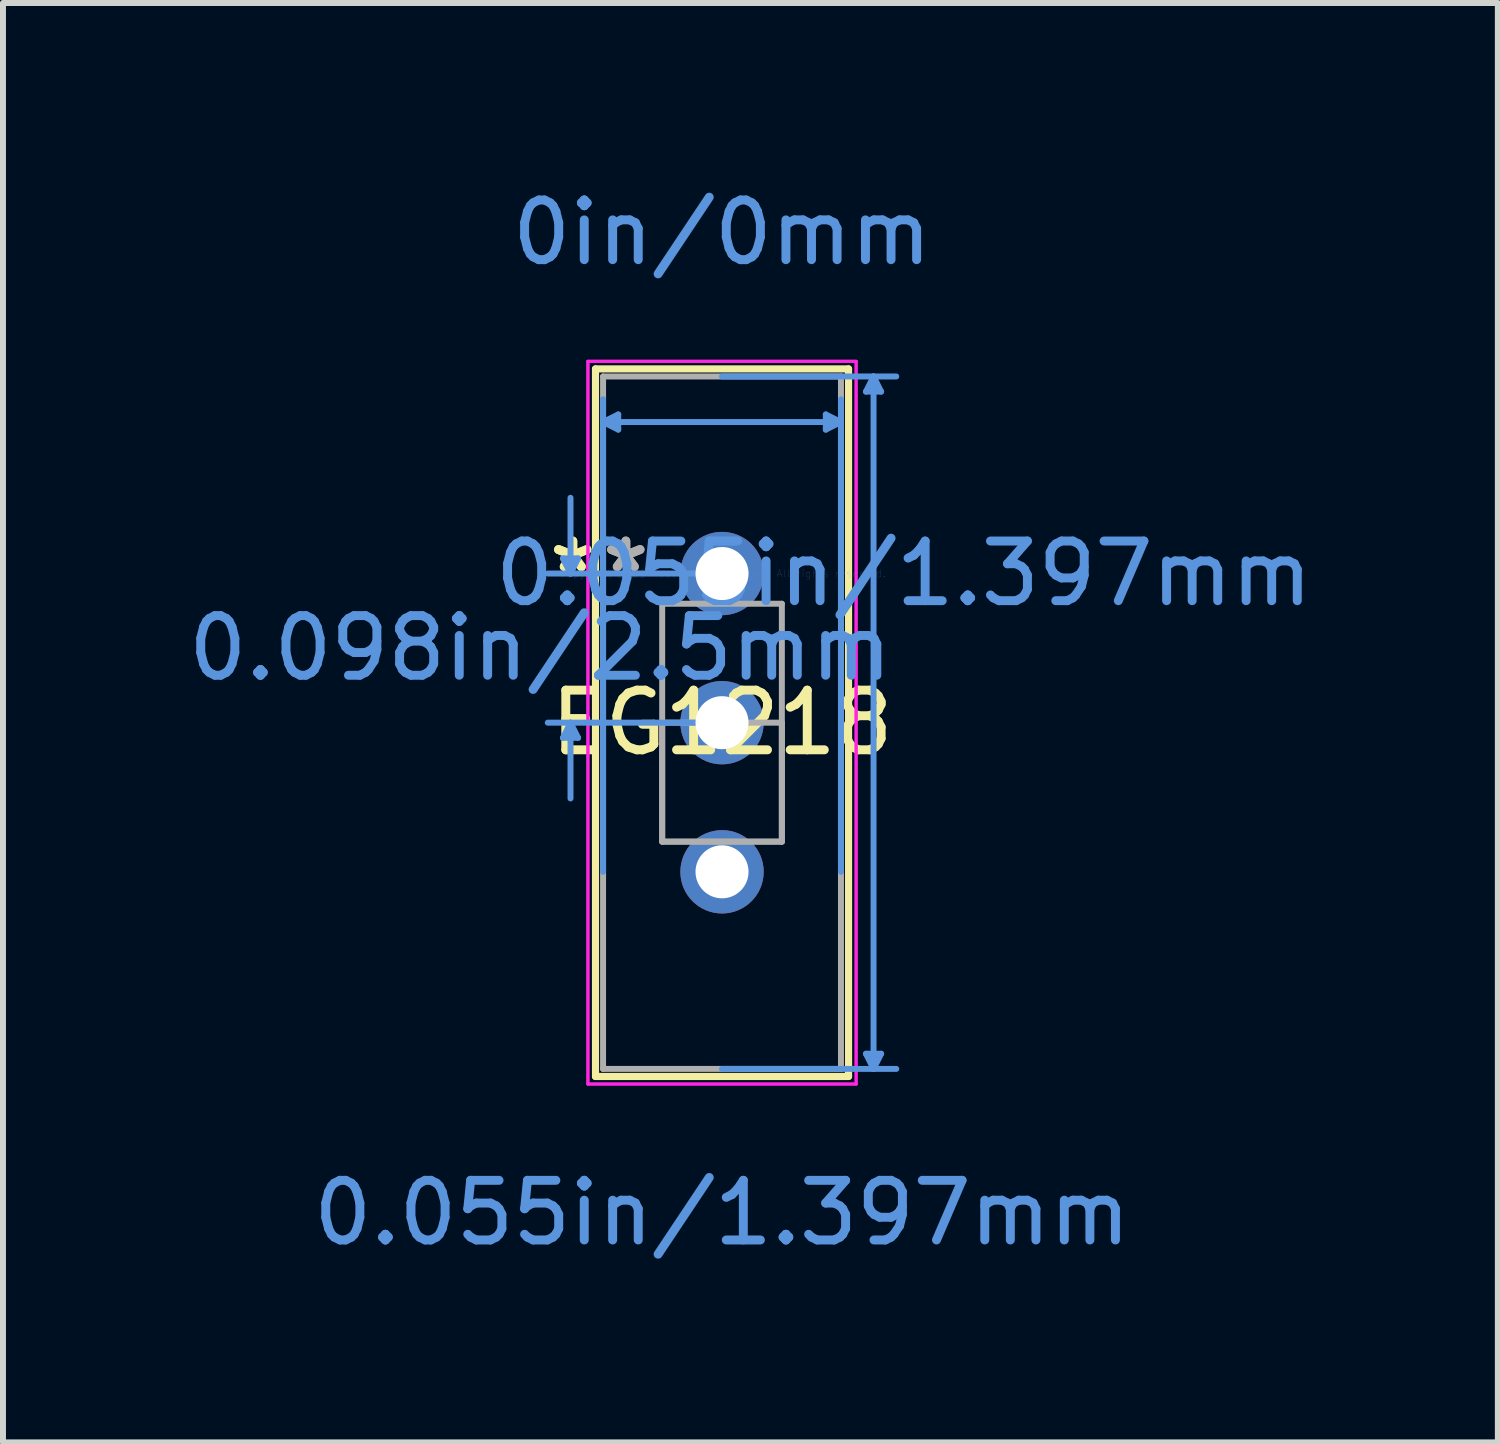
<source format=kicad_pcb>
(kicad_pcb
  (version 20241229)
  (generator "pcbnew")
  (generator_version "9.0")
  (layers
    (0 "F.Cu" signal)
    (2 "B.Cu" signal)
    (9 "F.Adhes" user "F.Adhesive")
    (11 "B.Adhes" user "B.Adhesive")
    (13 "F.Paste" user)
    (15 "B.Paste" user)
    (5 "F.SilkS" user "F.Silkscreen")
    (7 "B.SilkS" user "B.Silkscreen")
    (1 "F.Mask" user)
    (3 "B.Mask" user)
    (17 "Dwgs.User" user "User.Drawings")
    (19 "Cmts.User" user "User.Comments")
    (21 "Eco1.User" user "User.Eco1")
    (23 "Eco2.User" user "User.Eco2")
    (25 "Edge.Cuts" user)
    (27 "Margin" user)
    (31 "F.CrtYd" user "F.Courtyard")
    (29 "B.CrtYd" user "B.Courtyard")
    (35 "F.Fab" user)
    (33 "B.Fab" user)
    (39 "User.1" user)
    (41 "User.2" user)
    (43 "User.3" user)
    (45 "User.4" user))
  (footprint "EG1218"
    (layer "F.Cu")
    (at 9.054 6.565)
    (property "Reference" "EG1218" (at 0 2.5 0) (layer "F.SilkS") (effects (font (size 1 1) (thickness 0.15))))
    (attr through_hole)
    (fp_line (start -2.121 -3.431) (end -2.121 8.431) (stroke (width 0.12) (type solid)) (layer "F.SilkS"))
    (fp_line (start -2.121 8.431) (end 2.121 8.431) (stroke (width 0.12) (type solid)) (layer "F.SilkS"))
    (fp_line (start 2.121 -3.431) (end -2.121 -3.431) (stroke (width 0.12) (type solid)) (layer "F.SilkS"))
    (fp_line (start 2.121 8.431) (end 2.121 -3.431) (stroke (width 0.12) (type solid)) (layer "F.SilkS"))
    (fp_line (start -2.667 -0.254) (end -2.413 -0.254) (stroke (width 0.1) (type solid)) (layer "Cmts.User"))
    (fp_line (start -2.667 2.754) (end -2.413 2.754) (stroke (width 0.1) (type solid)) (layer "Cmts.User"))
    (fp_line (start -2.54 0) (end -2.667 -0.254) (stroke (width 0.1) (type solid)) (layer "Cmts.User"))
    (fp_line (start -2.54 0) (end -2.54 -1.27) (stroke (width 0.1) (type solid)) (layer "Cmts.User"))
    (fp_line (start -2.54 0) (end -2.413 -0.254) (stroke (width 0.1) (type solid)) (layer "Cmts.User"))
    (fp_line (start -2.54 2.5) (end -2.667 2.754) (stroke (width 0.1) (type solid)) (layer "Cmts.User"))
    (fp_line (start -2.54 2.5) (end -2.54 3.77) (stroke (width 0.1) (type solid)) (layer "Cmts.User"))
    (fp_line (start -2.54 2.5) (end -2.413 2.754) (stroke (width 0.1) (type solid)) (layer "Cmts.User"))
    (fp_line (start -1.994 -2.54) (end -1.74 -2.667) (stroke (width 0.1) (type solid)) (layer "Cmts.User"))
    (fp_line (start -1.994 -2.54) (end -1.74 -2.413) (stroke (width 0.1) (type solid)) (layer "Cmts.User"))
    (fp_line (start -1.994 -2.54) (end 1.994 -2.54) (stroke (width 0.1) (type solid)) (layer "Cmts.User"))
    (fp_line (start -1.994 5) (end -1.994 -2.921) (stroke (width 0.1) (type solid)) (layer "Cmts.User"))
    (fp_line (start -1.74 -2.667) (end -1.74 -2.413) (stroke (width 0.1) (type solid)) (layer "Cmts.User"))
    (fp_line (start 0 -3.304) (end 2.921 -3.304) (stroke (width 0.1) (type solid)) (layer "Cmts.User"))
    (fp_line (start 0 0) (end -2.921 0) (stroke (width 0.1) (type solid)) (layer "Cmts.User"))
    (fp_line (start 0 2.5) (end -2.921 2.5) (stroke (width 0.1) (type solid)) (layer "Cmts.User"))
    (fp_line (start 0 8.304) (end 2.921 8.304) (stroke (width 0.1) (type solid)) (layer "Cmts.User"))
    (fp_line (start 1.74 -2.667) (end 1.74 -2.413) (stroke (width 0.1) (type solid)) (layer "Cmts.User"))
    (fp_line (start 1.994 -2.54) (end 1.74 -2.667) (stroke (width 0.1) (type solid)) (layer "Cmts.User"))
    (fp_line (start 1.994 -2.54) (end 1.74 -2.413) (stroke (width 0.1) (type solid)) (layer "Cmts.User"))
    (fp_line (start 1.994 5) (end 1.994 -2.921) (stroke (width 0.1) (type solid)) (layer "Cmts.User"))
    (fp_line (start 2.413 -3.05) (end 2.667 -3.05) (stroke (width 0.1) (type solid)) (layer "Cmts.User"))
    (fp_line (start 2.413 8.05) (end 2.667 8.05) (stroke (width 0.1) (type solid)) (layer "Cmts.User"))
    (fp_line (start 2.54 -3.304) (end 2.413 -3.05) (stroke (width 0.1) (type solid)) (layer "Cmts.User"))
    (fp_line (start 2.54 -3.304) (end 2.54 8.304) (stroke (width 0.1) (type solid)) (layer "Cmts.User"))
    (fp_line (start 2.54 -3.304) (end 2.667 -3.05) (stroke (width 0.1) (type solid)) (layer "Cmts.User"))
    (fp_line (start 2.54 8.304) (end 2.413 8.05) (stroke (width 0.1) (type solid)) (layer "Cmts.User"))
    (fp_line (start 2.54 8.304) (end 2.667 8.05) (stroke (width 0.1) (type solid)) (layer "Cmts.User"))
    (fp_line (start -2.248 -3.558) (end -2.248 8.558) (stroke (width 0.05) (type solid)) (layer "F.CrtYd"))
    (fp_line (start -2.248 -3.558) (end 2.248 -3.558) (stroke (width 0.05) (type solid)) (layer "F.CrtYd"))
    (fp_line (start -2.248 8.558) (end -2.248 -3.558) (stroke (width 0.05) (type solid)) (layer "F.CrtYd"))
    (fp_line (start -2.248 8.558) (end 2.248 8.558) (stroke (width 0.05) (type solid)) (layer "F.CrtYd"))
    (fp_line (start 2.248 -3.558) (end -2.248 -3.558) (stroke (width 0.05) (type solid)) (layer "F.CrtYd"))
    (fp_line (start 2.248 -3.558) (end 2.248 8.558) (stroke (width 0.05) (type solid)) (layer "F.CrtYd"))
    (fp_line (start 2.248 8.558) (end -2.248 8.558) (stroke (width 0.05) (type solid)) (layer "F.CrtYd"))
    (fp_line (start 2.248 8.558) (end 2.248 -3.558) (stroke (width 0.05) (type solid)) (layer "F.CrtYd"))
    (fp_line (start -1.994 -3.304) (end -1.994 8.304) (stroke (width 0.1) (type solid)) (layer "F.Fab"))
    (fp_line (start -1.994 8.304) (end 1.994 8.304) (stroke (width 0.1) (type solid)) (layer "F.Fab"))
    (fp_line (start -1.003 0.506) (end 1.003 0.506) (stroke (width 0.1) (type solid)) (layer "F.Fab"))
    (fp_line (start -1.003 2.5) (end 1.003 2.5) (stroke (width 0.1) (type solid)) (layer "F.Fab"))
    (fp_line (start -1.003 4.494) (end -1.003 0.506) (stroke (width 0.1) (type solid)) (layer "F.Fab"))
    (fp_line (start -1.003 4.494) (end -1.003 2.5) (stroke (width 0.1) (type solid)) (layer "F.Fab"))
    (fp_line (start 1.003 0.506) (end 1.003 4.494) (stroke (width 0.1) (type solid)) (layer "F.Fab"))
    (fp_line (start 1.003 2.5) (end 1.003 4.494) (stroke (width 0.1) (type solid)) (layer "F.Fab"))
    (fp_line (start 1.003 4.494) (end -1.003 4.494) (stroke (width 0.1) (type solid)) (layer "F.Fab"))
    (fp_line (start 1.003 4.494) (end -1.003 4.494) (stroke (width 0.1) (type solid)) (layer "F.Fab"))
    (fp_line (start 1.994 -3.304) (end -1.994 -3.304) (stroke (width 0.1) (type solid)) (layer "F.Fab"))
    (fp_line (start 1.994 8.304) (end 1.994 -3.304) (stroke (width 0.1) (type solid)) (layer "F.Fab"))
    (fp_text user "*" (at -2.502 0 0) (layer "F.SilkS") (effects (font (size 1 1) (thickness 0.15))))
    (fp_text user "*" (at -2.502 0 0) (layer "F.SilkS") (effects (font (size 1 1) (thickness 0.15))))
    (fp_text user "0in/0mm" (at 0 -5.717 0) (layer "Cmts.User") (effects (font (size 1 1) (thickness 0.15))))
    (fp_text user "0.055in/1.397mm" (at 3.048 0 0) (layer "Cmts.User") (effects (font (size 1 1) (thickness 0.15))))
    (fp_text user "0.055in/1.397mm" (at 0 10.717 0) (layer "Cmts.User") (effects (font (size 1 1) (thickness 0.15))))
    (fp_text user "0.098in/2.5mm" (at -3.048 1.25 0) (layer "Cmts.User") (effects (font (size 1 1) (thickness 0.15))))
    (fp_text user "Copyright 2021 Accelerated Designs. All rights reserved." (at 0 0 0) (layer "Cmts.User") (effects (font (size 0.127 0.127) (thickness 0.002))))
    (fp_text user "*" (at -1.613 0 0) (layer "F.Fab") (effects (font (size 1 1) (thickness 0.15))))
    (fp_text user "*" (at -1.613 0 0) (layer "F.Fab") (effects (font (size 1 1) (thickness 0.15))))
    (pad "1" thru_hole circle (at 0 0) (size 1.397 1.397) (drill 0.889) (layers "*.Cu" "*.Mask"))
    (pad "2" thru_hole circle (at 0 2.5) (size 1.397 1.397) (drill 0.889) (layers "*.Cu" "*.Mask"))
    (pad "3" thru_hole circle (at 0 5) (size 1.397 1.397) (drill 0.889) (layers "*.Cu" "*.Mask")))
  (gr_rect
    (start -3 -3)
    (end 22.06 21.13)
    (stroke (width 0.1) (type default))
    (fill no)
    (layer "Edge.Cuts")))
</source>
